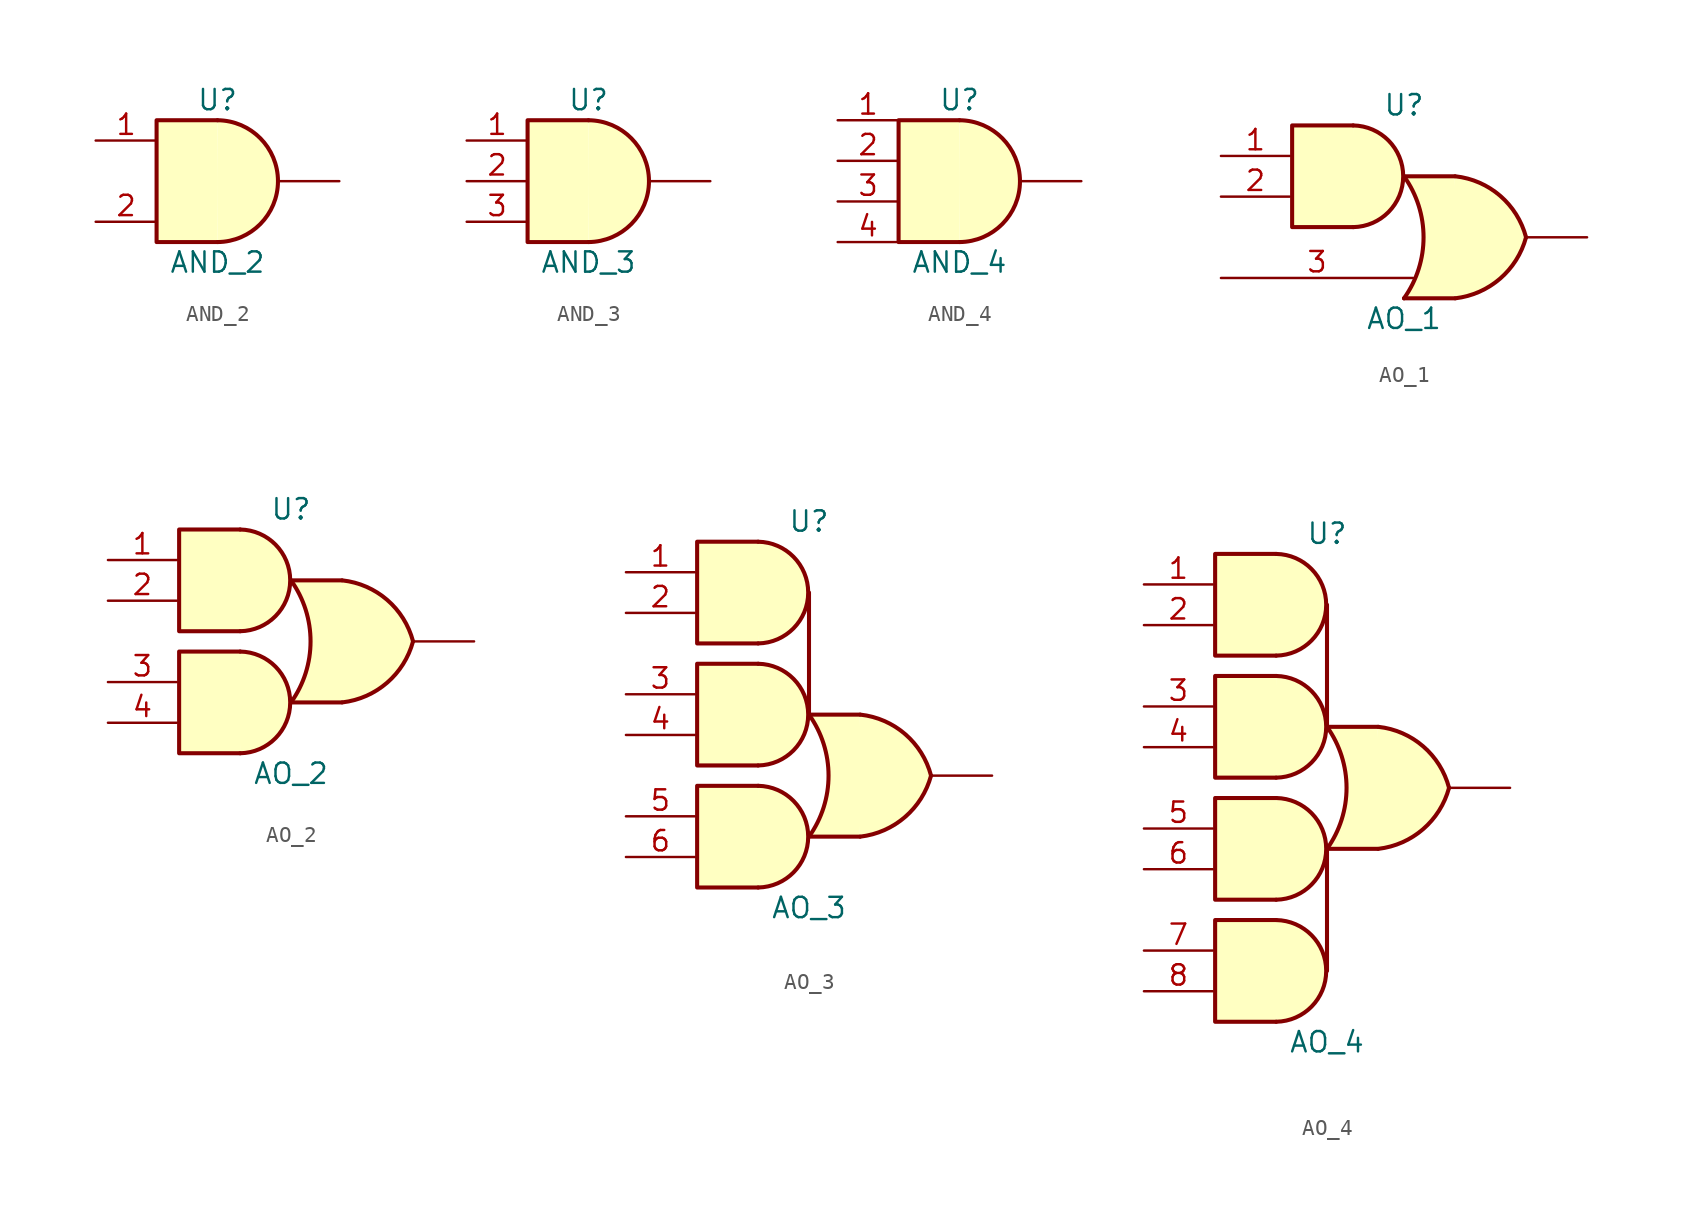
<source format=kicad_sym>
(kicad_symbol_lib
  (version 20211014)
  (generator kicad_symbol_editor)
  (symbol "AND_2"
    (pin_names hide)
    (property "Reference" "U"
      (at 0 5.08 0)
      (effects (font (size 1.27 1.27))))
    (property "Value" "AND_2"
      (at 0 -5.08 0)
      (effects (font (size 1.27 1.27))))
    (symbol "AND_2_1_1"
      (arc (start 0 -3.81) (mid 3.7825 0) (end 0 3.81) (stroke (width 0.254) (type default) (color 0 0 0 0)) (fill (type background)))
      (polyline (pts (xy 0 3.81) (xy -3.81 3.81) (xy -3.81 -3.81) (xy 0 -3.81)) (stroke (width 0.254) (type default) (color 0 0 0 0)) (fill (type background)))
      (pin input line (at -7.62 2.54 0) (length 3.81) (name "~" (effects (font (size 1.27 1.27)))) (number "1" (effects (font (size 1.27 1.27)))))
      (pin input line (at -7.62 -2.54 0) (length 3.81) (name "~" (effects (font (size 1.27 1.27)))) (number "2" (effects (font (size 1.27 1.27)))))
      (pin output line (at 7.62 0 180) (length 3.81) (name "~" (effects (font (size 1.27 1.27)))) (number "3" (effects (font (size 0 0)))))))
  (symbol "AND_3"
    (pin_names hide)
    (property "Reference" "U"
      (at 0 5.08 0)
      (effects (font (size 1.27 1.27))))
    (property "Value" "AND_3"
      (at 0 -5.08 0)
      (effects (font (size 1.27 1.27))))
    (symbol "AND_3_1_1"
      (arc (start 0 -3.81) (mid 3.7825 0) (end 0 3.81) (stroke (width 0.254) (type default) (color 0 0 0 0)) (fill (type background)))
      (polyline (pts (xy 0 3.81) (xy -3.81 3.81) (xy -3.81 -3.81) (xy 0 -3.81)) (stroke (width 0.254) (type default) (color 0 0 0 0)) (fill (type background)))
      (pin input line (at -7.62 2.54 0) (length 3.81) (name "~" (effects (font (size 1.27 1.27)))) (number "1" (effects (font (size 1.27 1.27)))))
      (pin input line (at -7.62 0 0) (length 3.81) (name "~" (effects (font (size 1.27 1.27)))) (number "2" (effects (font (size 1.27 1.27)))))
      (pin input line (at -7.62 -2.54 0) (length 3.81) (name "~" (effects (font (size 1.27 1.27)))) (number "3" (effects (font (size 1.27 1.27)))))
      (pin output line (at 7.62 0 180) (length 3.81) (name "~" (effects (font (size 1.27 1.27)))) (number "4" (effects (font (size 0 0)))))))
  (symbol "AND_4"
    (pin_names hide)
    (property "Reference" "U"
      (at 0 5.08 0)
      (effects (font (size 1.27 1.27))))
    (property "Value" "AND_4"
      (at 0 -5.08 0)
      (effects (font (size 1.27 1.27))))
    (symbol "AND_4_1_1"
      (arc (start 0 -3.81) (mid 3.7825 0) (end 0 3.81) (stroke (width 0.254) (type default) (color 0 0 0 0)) (fill (type background)))
      (polyline (pts (xy 0 3.81) (xy -3.81 3.81) (xy -3.81 -3.81) (xy 0 -3.81)) (stroke (width 0.254) (type default) (color 0 0 0 0)) (fill (type background)))
      (pin input line (at -7.62 3.81 0) (length 3.81) (name "~" (effects (font (size 1.27 1.27)))) (number "1" (effects (font (size 1.27 1.27)))))
      (pin input line (at -7.62 1.27 0) (length 3.81) (name "~" (effects (font (size 1.27 1.27)))) (number "2" (effects (font (size 1.27 1.27)))))
      (pin input line (at -7.62 -1.27 0) (length 3.81) (name "~" (effects (font (size 1.27 1.27)))) (number "3" (effects (font (size 1.27 1.27)))))
      (pin input line (at -7.62 -3.81 0) (length 3.81) (name "~" (effects (font (size 1.27 1.27)))) (number "4" (effects (font (size 1.27 1.27)))))
      (pin output line (at 7.62 0 180) (length 3.81) (name "~" (effects (font (size 1.27 1.27)))) (number "5" (effects (font (size 0 0)))))))
  (symbol "AO_1"
    (pin_names hide)
    (property "Reference" "U"
      (at 0 6.985 0)
      (effects (font (size 1.27 1.27))))
    (property "Value" "AO_1"
      (at 0 -6.35 0)
      (effects (font (size 1.27 1.27))))
    (symbol "AO_1_1_1"
      (arc (start -3.175 -0.635) (mid -0.05 2.54) (end -3.175 5.715) (stroke (width 0.254) (type default) (color 0 0 0 0)) (fill (type background)))
      (arc (start -0.0002 -5.08) (mid 1.2208 -1.27) (end -0.0002 2.54) (stroke (width 0.254) (type default) (color 0 0 0 0)) (fill (type none)))
      (polyline (pts (xy -0.0002 -5.08) (xy 3.175 -5.08)) (stroke (width 0.254) (type default) (color 0 0 0 0)) (fill (type background)))
      (polyline (pts (xy -0.0002 2.54) (xy 3.175 2.54)) (stroke (width 0.254) (type default) (color 0 0 0 0)) (fill (type background)))
      (polyline (pts (xy -3.175 5.715) (xy -6.985 5.715) (xy -6.985 -0.635) (xy -3.175 -0.635)) (stroke (width 0.254) (type default) (color 0 0 0 0)) (fill (type background)))
      (polyline (pts (xy 3.175 2.54) (xy 0 2.54) (xy 0 2.54) (xy 0.254 2.134) (xy 0.787 0.991) (xy 1.118 -0.229) (xy 1.194 -1.524) (xy 1.041 -2.769) (xy 0.635 -3.988) (xy 0 -5.08) (xy 0 -5.08) (xy 3.175 -5.08)) (stroke (width -25.4) (type default) (color 0 0 0 0)) (fill (type background)))
      (arc (start 3.2002 -5.08) (mid 5.9953 -3.854) (end 7.6198 -1.27) (stroke (width 0.254) (type default) (color 0 0 0 0)) (fill (type background)))
      (arc (start 7.6198 -1.27) (mid 6.0026 1.3225) (end 3.2002 2.54) (stroke (width 0.254) (type default) (color 0 0 0 0)) (fill (type background)))
      (pin input line (at -11.43 3.81 0) (length 4.3) (name "~" (effects (font (size 1.27 1.27)))) (number "1" (effects (font (size 1.27 1.27)))))
      (pin input line (at -11.43 1.27 0) (length 4.3) (name "~" (effects (font (size 1.27 1.27)))) (number "2" (effects (font (size 1.27 1.27)))))
      (pin input line (at -11.43 -3.81 0) (length 12) (name "~" (effects (font (size 1.27 1.27)))) (number "3" (effects (font (size 1.27 1.27)))))
      (pin output line (at 11.43 -1.27 180) (length 3.81) (name "~" (effects (font (size 1.27 1.27)))) (number "4" (effects (font (size 0 0)))))))
  (symbol "AO_2"
    (pin_names hide)
    (property "Reference" "U"
      (at 0 8.255 0)
      (effects (font (size 1.27 1.27))))
    (property "Value" "AO_2"
      (at 0 -8.255 0)
      (effects (font (size 1.27 1.27))))
    (symbol "AO_2_1_1"
      (arc (start -3.175 -6.985) (mid -0.05 -3.81) (end -3.175 -0.635) (stroke (width 0.254) (type default) (color 0 0 0 0)) (fill (type background)))
      (arc (start -3.175 0.635) (mid -0.05 3.81) (end -3.175 6.985) (stroke (width 0.254) (type default) (color 0 0 0 0)) (fill (type background)))
      (arc (start -0.0002 -3.81) (mid 1.2208 0) (end -0.0002 3.81) (stroke (width 0.254) (type default) (color 0 0 0 0)) (fill (type none)))
      (polyline (pts (xy -0.0002 -3.81) (xy 3.175 -3.81)) (stroke (width 0.254) (type default) (color 0 0 0 0)) (fill (type background)))
      (polyline (pts (xy -0.0002 3.81) (xy 3.175 3.81)) (stroke (width 0.254) (type default) (color 0 0 0 0)) (fill (type background)))
      (polyline (pts (xy -3.175 -0.635) (xy -6.985 -0.635) (xy -6.985 -6.985) (xy -3.175 -6.985)) (stroke (width 0.254) (type default) (color 0 0 0 0)) (fill (type background)))
      (polyline (pts (xy -3.175 6.985) (xy -6.985 6.985) (xy -6.985 0.635) (xy -3.175 0.635)) (stroke (width 0.254) (type default) (color 0 0 0 0)) (fill (type background)))
      (polyline (pts (xy 3.175 3.81) (xy 0 3.81) (xy 0 3.81) (xy 0.254 3.404) (xy 0.787 2.261) (xy 1.118 1.041) (xy 1.194 -0.254) (xy 1.041 -1.499) (xy 0.635 -2.718) (xy 0 -3.81) (xy 0 -3.81) (xy 3.175 -3.81)) (stroke (width -25.4) (type default) (color 0 0 0 0)) (fill (type background)))
      (arc (start 3.2002 -3.81) (mid 5.9953 -2.584) (end 7.6198 0) (stroke (width 0.254) (type default) (color 0 0 0 0)) (fill (type background)))
      (arc (start 7.6198 0) (mid 6.0026 2.5925) (end 3.2002 3.81) (stroke (width 0.254) (type default) (color 0 0 0 0)) (fill (type background)))
      (pin input line (at -11.43 5.08 0) (length 4.3) (name "~" (effects (font (size 1.27 1.27)))) (number "1" (effects (font (size 1.27 1.27)))))
      (pin input line (at -11.43 2.54 0) (length 4.3) (name "~" (effects (font (size 1.27 1.27)))) (number "2" (effects (font (size 1.27 1.27)))))
      (pin input line (at -11.43 -2.54 0) (length 4.3) (name "~" (effects (font (size 1.27 1.27)))) (number "3" (effects (font (size 1.27 1.27)))))
      (pin input line (at -11.43 -5.08 0) (length 4.3) (name "~" (effects (font (size 1.27 1.27)))) (number "4" (effects (font (size 1.27 1.27)))))
      (pin output line (at 11.43 0 180) (length 3.81) (name "~" (effects (font (size 1.27 1.27)))) (number "5" (effects (font (size 0 0)))))))
  (symbol "AO_3"
    (pin_names hide)
    (property "Reference" "U"
      (at 0 12.065 0)
      (effects (font (size 1.27 1.27))))
    (property "Value" "AO_3"
      (at 0 -12.065 0)
      (effects (font (size 1.27 1.27))))
    (symbol "AO_3_1_1"
      (arc (start -3.175 -10.795) (mid -0.05 -7.62) (end -3.175 -4.445) (stroke (width 0.254) (type default) (color 0 0 0 0)) (fill (type background)))
      (arc (start -3.175 -3.175) (mid -0.05 0) (end -3.175 3.175) (stroke (width 0.254) (type default) (color 0 0 0 0)) (fill (type background)))
      (arc (start -3.175 4.445) (mid -0.05 7.62) (end -3.175 10.795) (stroke (width 0.254) (type default) (color 0 0 0 0)) (fill (type background)))
      (arc (start -0.0002 -7.62) (mid 1.2208 -3.81) (end -0.0002 0) (stroke (width 0.254) (type default) (color 0 0 0 0)) (fill (type none)))
      (polyline (pts (xy -0.0002 -7.62) (xy 3.175 -7.62)) (stroke (width 0.254) (type default) (color 0 0 0 0)) (fill (type background)))
      (polyline (pts (xy -0.0002 0) (xy 3.175 0)) (stroke (width 0.254) (type default) (color 0 0 0 0)) (fill (type background)))
      (polyline (pts (xy 0 7.62) (xy 0 0)) (stroke (width 0.254) (type default) (color 0 0 0 0)) (fill (type background)))
      (polyline (pts (xy -3.175 -4.445) (xy -6.985 -4.445) (xy -6.985 -10.795) (xy -3.175 -10.795)) (stroke (width 0.254) (type default) (color 0 0 0 0)) (fill (type background)))
      (polyline (pts (xy -3.175 3.175) (xy -6.985 3.175) (xy -6.985 -3.175) (xy -3.175 -3.175)) (stroke (width 0.254) (type default) (color 0 0 0 0)) (fill (type background)))
      (polyline (pts (xy -3.175 10.795) (xy -6.985 10.795) (xy -6.985 4.445) (xy -3.175 4.445)) (stroke (width 0.254) (type default) (color 0 0 0 0)) (fill (type background)))
      (polyline (pts (xy 3.175 0) (xy 0 0) (xy 0 0) (xy 0.254 -0.406) (xy 0.787 -1.549) (xy 1.118 -2.769) (xy 1.194 -4.064) (xy 1.041 -5.309) (xy 0.635 -6.528) (xy 0 -7.62) (xy 0 -7.62) (xy 3.175 -7.62)) (stroke (width -25.4) (type default) (color 0 0 0 0)) (fill (type background)))
      (arc (start 3.2002 -7.62) (mid 5.9953 -6.394) (end 7.6198 -3.81) (stroke (width 0.254) (type default) (color 0 0 0 0)) (fill (type background)))
      (arc (start 7.6198 -3.81) (mid 6.0026 -1.2175) (end 3.2002 0) (stroke (width 0.254) (type default) (color 0 0 0 0)) (fill (type background)))
      (pin input line (at -11.43 8.89 0) (length 4.3) (name "~" (effects (font (size 1.27 1.27)))) (number "1" (effects (font (size 1.27 1.27)))))
      (pin input line (at -11.43 6.35 0) (length 4.3) (name "~" (effects (font (size 1.27 1.27)))) (number "2" (effects (font (size 1.27 1.27)))))
      (pin input line (at -11.43 1.27 0) (length 4.3) (name "~" (effects (font (size 1.27 1.27)))) (number "3" (effects (font (size 1.27 1.27)))))
      (pin input line (at -11.43 -1.27 0) (length 4.3) (name "~" (effects (font (size 1.27 1.27)))) (number "4" (effects (font (size 1.27 1.27)))))
      (pin input line (at -11.43 -6.35 0) (length 4.3) (name "~" (effects (font (size 1.27 1.27)))) (number "5" (effects (font (size 1.27 1.27)))))
      (pin input line (at -11.43 -8.89 0) (length 4.3) (name "~" (effects (font (size 1.27 1.27)))) (number "6" (effects (font (size 1.27 1.27)))))
      (pin output line (at 11.43 -3.81 180) (length 3.81) (name "~" (effects (font (size 1.27 1.27)))) (number "7" (effects (font (size 0 0)))))))
  (symbol "AO_4"
    (pin_names hide)
    (property "Reference" "U"
      (at 0 15.875 0)
      (effects (font (size 1.27 1.27))))
    (property "Value" "AO_4"
      (at 0 -15.875 0)
      (effects (font (size 1.27 1.27))))
    (symbol "AO_4_1_1"
      (arc (start -3.175 -14.605) (mid -0.05 -11.43) (end -3.175 -8.255) (stroke (width 0.254) (type default) (color 0 0 0 0)) (fill (type background)))
      (arc (start -3.175 -6.985) (mid -0.05 -3.81) (end -3.175 -0.635) (stroke (width 0.254) (type default) (color 0 0 0 0)) (fill (type background)))
      (arc (start -3.175 0.635) (mid -0.05 3.81) (end -3.175 6.985) (stroke (width 0.254) (type default) (color 0 0 0 0)) (fill (type background)))
      (arc (start -3.175 8.255) (mid -0.05 11.43) (end -3.175 14.605) (stroke (width 0.254) (type default) (color 0 0 0 0)) (fill (type background)))
      (arc (start -0.0002 -3.81) (mid 1.2208 0) (end -0.0002 3.81) (stroke (width 0.254) (type default) (color 0 0 0 0)) (fill (type none)))
      (polyline (pts (xy 0 -3.81) (xy 0 -11.43)) (stroke (width 0.254) (type default) (color 0 0 0 0)) (fill (type background)))
      (polyline (pts (xy -0.0002 -3.81) (xy 3.175 -3.81)) (stroke (width 0.254) (type default) (color 0 0 0 0)) (fill (type background)))
      (polyline (pts (xy -0.0002 3.81) (xy 3.175 3.81)) (stroke (width 0.254) (type default) (color 0 0 0 0)) (fill (type background)))
      (polyline (pts (xy 0 11.43) (xy 0 3.81)) (stroke (width 0.254) (type default) (color 0 0 0 0)) (fill (type background)))
      (polyline (pts (xy -3.175 -8.255) (xy -6.985 -8.255) (xy -6.985 -14.605) (xy -3.175 -14.605)) (stroke (width 0.254) (type default) (color 0 0 0 0)) (fill (type background)))
      (polyline (pts (xy -3.175 -0.635) (xy -6.985 -0.635) (xy -6.985 -6.985) (xy -3.175 -6.985)) (stroke (width 0.254) (type default) (color 0 0 0 0)) (fill (type background)))
      (polyline (pts (xy -3.175 6.985) (xy -6.985 6.985) (xy -6.985 0.635) (xy -3.175 0.635)) (stroke (width 0.254) (type default) (color 0 0 0 0)) (fill (type background)))
      (polyline (pts (xy -3.175 14.605) (xy -6.985 14.605) (xy -6.985 8.255) (xy -3.175 8.255)) (stroke (width 0.254) (type default) (color 0 0 0 0)) (fill (type background)))
      (polyline (pts (xy 3.175 3.81) (xy 0 3.81) (xy 0 3.81) (xy 0.254 3.404) (xy 0.787 2.261) (xy 1.118 1.041) (xy 1.194 -0.254) (xy 1.041 -1.499) (xy 0.635 -2.718) (xy 0 -3.81) (xy 0 -3.81) (xy 3.175 -3.81)) (stroke (width -25.4) (type default) (color 0 0 0 0)) (fill (type background)))
      (arc (start 3.2002 -3.81) (mid 5.9953 -2.584) (end 7.6198 0) (stroke (width 0.254) (type default) (color 0 0 0 0)) (fill (type background)))
      (arc (start 7.6198 0) (mid 6.0026 2.5925) (end 3.2002 3.81) (stroke (width 0.254) (type default) (color 0 0 0 0)) (fill (type background)))
      (pin input line (at -11.43 12.7 0) (length 4.3) (name "~" (effects (font (size 1.27 1.27)))) (number "1" (effects (font (size 1.27 1.27)))))
      (pin input line (at -11.43 10.16 0) (length 4.3) (name "~" (effects (font (size 1.27 1.27)))) (number "2" (effects (font (size 1.27 1.27)))))
      (pin input line (at -11.43 5.08 0) (length 4.3) (name "~" (effects (font (size 1.27 1.27)))) (number "3" (effects (font (size 1.27 1.27)))))
      (pin input line (at -11.43 2.54 0) (length 4.3) (name "~" (effects (font (size 1.27 1.27)))) (number "4" (effects (font (size 1.27 1.27)))))
      (pin input line (at -11.43 -2.54 0) (length 4.3) (name "~" (effects (font (size 1.27 1.27)))) (number "5" (effects (font (size 1.27 1.27)))))
      (pin input line (at -11.43 -5.08 0) (length 4.3) (name "~" (effects (font (size 1.27 1.27)))) (number "6" (effects (font (size 1.27 1.27)))))
      (pin input line (at -11.43 -10.16 0) (length 4.3) (name "~" (effects (font (size 1.27 1.27)))) (number "7" (effects (font (size 1.27 1.27)))))
      (pin input line (at -11.43 -12.7 0) (length 4.3) (name "~" (effects (font (size 1.27 1.27)))) (number "8" (effects (font (size 1.27 1.27)))))
      (pin output line (at 11.43 0 180) (length 3.81) (name "~" (effects (font (size 1.27 1.27)))) (number "9" (effects (font (size 0 0))))))))
</source>
